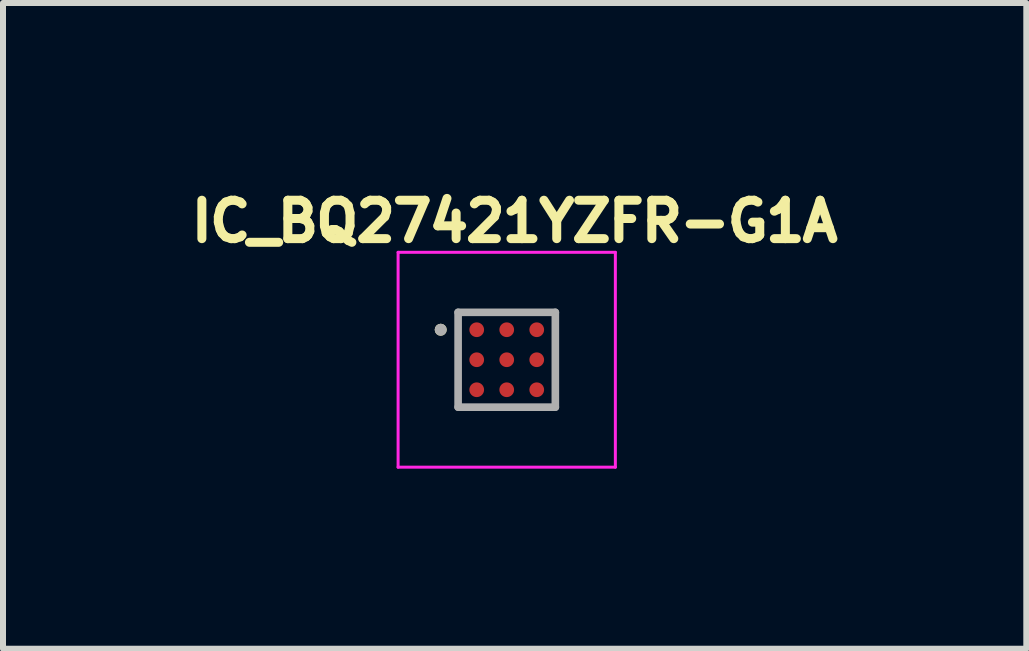
<source format=kicad_pcb>
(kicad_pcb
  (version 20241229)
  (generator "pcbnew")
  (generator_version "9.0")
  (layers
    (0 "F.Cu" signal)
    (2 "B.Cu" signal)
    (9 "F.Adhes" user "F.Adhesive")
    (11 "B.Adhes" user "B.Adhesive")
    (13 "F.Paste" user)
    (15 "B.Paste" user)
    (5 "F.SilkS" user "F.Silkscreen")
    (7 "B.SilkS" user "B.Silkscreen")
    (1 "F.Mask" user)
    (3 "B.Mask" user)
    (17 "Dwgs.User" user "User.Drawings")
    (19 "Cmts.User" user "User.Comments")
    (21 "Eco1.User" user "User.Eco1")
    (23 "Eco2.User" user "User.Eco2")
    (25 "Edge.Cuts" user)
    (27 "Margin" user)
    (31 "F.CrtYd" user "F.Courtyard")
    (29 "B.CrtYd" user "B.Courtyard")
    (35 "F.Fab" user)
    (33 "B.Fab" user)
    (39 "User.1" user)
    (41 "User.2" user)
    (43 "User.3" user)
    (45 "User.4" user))
  (footprint "IC_BQ27421YZFR-G1A"
    (layer "F.Cu")
    (at 5.393 2.944)
    (property "Reference" "IC_BQ27421YZFR-G1A" (at 0.132 -2.306 0) (layer "F.SilkS") (effects (font (size 0.64 0.64) (thickness 0.15))))
    (attr smd)
    (fp_circle (center -0.5 -0.5) (end -0.414 -0.5) (stroke (width 0.172) (type solid)) (fill no) (layer "F.Mask"))
    (fp_circle (center -0.5 0) (end -0.414 0) (stroke (width 0.172) (type solid)) (fill no) (layer "F.Mask"))
    (fp_circle (center -0.5 0.5) (end -0.414 0.5) (stroke (width 0.172) (type solid)) (fill no) (layer "F.Mask"))
    (fp_circle (center 0 -0.5) (end 0.086 -0.5) (stroke (width 0.172) (type solid)) (fill no) (layer "F.Mask"))
    (fp_circle (center 0 0) (end 0.086 0) (stroke (width 0.172) (type solid)) (fill no) (layer "F.Mask"))
    (fp_circle (center 0 0.5) (end 0.086 0.5) (stroke (width 0.172) (type solid)) (fill no) (layer "F.Mask"))
    (fp_circle (center 0.5 -0.5) (end 0.586 -0.5) (stroke (width 0.172) (type solid)) (fill no) (layer "F.Mask"))
    (fp_circle (center 0.5 0) (end 0.586 0) (stroke (width 0.172) (type solid)) (fill no) (layer "F.Mask"))
    (fp_circle (center 0.5 0.5) (end 0.586 0.5) (stroke (width 0.172) (type solid)) (fill no) (layer "F.Mask"))
    (fp_circle (center -1.1 -0.5) (end -1.05 -0.5) (stroke (width 0.1) (type solid)) (fill no) (layer "F.SilkS"))
    (fp_poly (pts (xy -0.625 -0.5) (xy -0.625 -0.575) (xy -0.625 -0.578) (xy -0.625 -0.58) (xy -0.624 -0.583) (xy -0.624 -0.585) (xy -0.623 -0.588) (xy -0.623 -0.59) (xy -0.622 -0.593) (xy -0.621 -0.595) (xy -0.62 -0.598) (xy -0.618 -0.6) (xy -0.617 -0.602) (xy -0.615 -0.604) (xy -0.614 -0.606) (xy -0.612 -0.608) (xy -0.61 -0.61) (xy -0.608 -0.612) (xy -0.606 -0.614) (xy -0.604 -0.615) (xy -0.602 -0.617) (xy -0.6 -0.618) (xy -0.598 -0.62) (xy -0.595 -0.621) (xy -0.593 -0.622) (xy -0.59 -0.623) (xy -0.588 -0.623) (xy -0.585 -0.624) (xy -0.583 -0.624) (xy -0.58 -0.625) (xy -0.578 -0.625) (xy -0.575 -0.625) (xy -0.425 -0.625) (xy -0.422 -0.625) (xy -0.42 -0.625) (xy -0.417 -0.624) (xy -0.415 -0.624) (xy -0.412 -0.623) (xy -0.41 -0.623) (xy -0.407 -0.622) (xy -0.405 -0.621) (xy -0.402 -0.62) (xy -0.4 -0.618) (xy -0.398 -0.617) (xy -0.396 -0.615) (xy -0.394 -0.614) (xy -0.392 -0.612) (xy -0.39 -0.61) (xy -0.388 -0.608) (xy -0.386 -0.606) (xy -0.385 -0.604) (xy -0.383 -0.602) (xy -0.382 -0.6) (xy -0.38 -0.598) (xy -0.379 -0.595) (xy -0.378 -0.593) (xy -0.377 -0.59) (xy -0.377 -0.588) (xy -0.376 -0.585) (xy -0.376 -0.583) (xy -0.375 -0.58) (xy -0.375 -0.578) (xy -0.375 -0.575) (xy -0.375 -0.425) (xy -0.375 -0.422) (xy -0.375 -0.42) (xy -0.376 -0.417) (xy -0.376 -0.415) (xy -0.377 -0.412) (xy -0.377 -0.41) (xy -0.378 -0.407) (xy -0.379 -0.405) (xy -0.38 -0.402) (xy -0.382 -0.4) (xy -0.383 -0.398) (xy -0.385 -0.396) (xy -0.386 -0.394) (xy -0.388 -0.392) (xy -0.39 -0.39) (xy -0.392 -0.388) (xy -0.394 -0.386) (xy -0.396 -0.385) (xy -0.398 -0.383) (xy -0.4 -0.382) (xy -0.402 -0.38) (xy -0.405 -0.379) (xy -0.407 -0.378) (xy -0.41 -0.377) (xy -0.412 -0.377) (xy -0.415 -0.376) (xy -0.417 -0.376) (xy -0.42 -0.375) (xy -0.422 -0.375) (xy -0.425 -0.375) (xy -0.575 -0.375) (xy -0.578 -0.375) (xy -0.58 -0.375) (xy -0.583 -0.376) (xy -0.585 -0.376) (xy -0.588 -0.377) (xy -0.59 -0.377) (xy -0.593 -0.378) (xy -0.595 -0.379) (xy -0.598 -0.38) (xy -0.6 -0.382) (xy -0.602 -0.383) (xy -0.604 -0.385) (xy -0.606 -0.386) (xy -0.608 -0.388) (xy -0.61 -0.39) (xy -0.612 -0.392) (xy -0.614 -0.394) (xy -0.615 -0.396) (xy -0.617 -0.398) (xy -0.618 -0.4) (xy -0.62 -0.402) (xy -0.621 -0.405) (xy -0.622 -0.407) (xy -0.623 -0.41) (xy -0.623 -0.412) (xy -0.624 -0.415) (xy -0.624 -0.417) (xy -0.625 -0.42) (xy -0.625 -0.422) (xy -0.625 -0.425) (xy -0.625 -0.5)) (stroke (width 0.01) (type solid)) (fill yes) (layer "F.Paste"))
    (fp_poly (pts (xy -0.625 0) (xy -0.625 -0.075) (xy -0.625 -0.078) (xy -0.625 -0.08) (xy -0.624 -0.083) (xy -0.624 -0.085) (xy -0.623 -0.088) (xy -0.623 -0.09) (xy -0.622 -0.093) (xy -0.621 -0.095) (xy -0.62 -0.098) (xy -0.618 -0.1) (xy -0.617 -0.102) (xy -0.615 -0.104) (xy -0.614 -0.106) (xy -0.612 -0.108) (xy -0.61 -0.11) (xy -0.608 -0.112) (xy -0.606 -0.114) (xy -0.604 -0.115) (xy -0.602 -0.117) (xy -0.6 -0.118) (xy -0.598 -0.12) (xy -0.595 -0.121) (xy -0.593 -0.122) (xy -0.59 -0.123) (xy -0.588 -0.123) (xy -0.585 -0.124) (xy -0.583 -0.124) (xy -0.58 -0.125) (xy -0.578 -0.125) (xy -0.575 -0.125) (xy -0.425 -0.125) (xy -0.422 -0.125) (xy -0.42 -0.125) (xy -0.417 -0.124) (xy -0.415 -0.124) (xy -0.412 -0.123) (xy -0.41 -0.123) (xy -0.407 -0.122) (xy -0.405 -0.121) (xy -0.402 -0.12) (xy -0.4 -0.118) (xy -0.398 -0.117) (xy -0.396 -0.115) (xy -0.394 -0.114) (xy -0.392 -0.112) (xy -0.39 -0.11) (xy -0.388 -0.108) (xy -0.386 -0.106) (xy -0.385 -0.104) (xy -0.383 -0.102) (xy -0.382 -0.1) (xy -0.38 -0.098) (xy -0.379 -0.095) (xy -0.378 -0.093) (xy -0.377 -0.09) (xy -0.377 -0.088) (xy -0.376 -0.085) (xy -0.376 -0.083) (xy -0.375 -0.08) (xy -0.375 -0.078) (xy -0.375 -0.075) (xy -0.375 0.075) (xy -0.375 0.078) (xy -0.375 0.08) (xy -0.376 0.083) (xy -0.376 0.085) (xy -0.377 0.088) (xy -0.377 0.09) (xy -0.378 0.093) (xy -0.379 0.095) (xy -0.38 0.098) (xy -0.382 0.1) (xy -0.383 0.102) (xy -0.385 0.104) (xy -0.386 0.106) (xy -0.388 0.108) (xy -0.39 0.11) (xy -0.392 0.112) (xy -0.394 0.114) (xy -0.396 0.115) (xy -0.398 0.117) (xy -0.4 0.118) (xy -0.402 0.12) (xy -0.405 0.121) (xy -0.407 0.122) (xy -0.41 0.123) (xy -0.412 0.123) (xy -0.415 0.124) (xy -0.417 0.124) (xy -0.42 0.125) (xy -0.422 0.125) (xy -0.425 0.125) (xy -0.575 0.125) (xy -0.578 0.125) (xy -0.58 0.125) (xy -0.583 0.124) (xy -0.585 0.124) (xy -0.588 0.123) (xy -0.59 0.123) (xy -0.593 0.122) (xy -0.595 0.121) (xy -0.598 0.12) (xy -0.6 0.118) (xy -0.602 0.117) (xy -0.604 0.115) (xy -0.606 0.114) (xy -0.608 0.112) (xy -0.61 0.11) (xy -0.612 0.108) (xy -0.614 0.106) (xy -0.615 0.104) (xy -0.617 0.102) (xy -0.618 0.1) (xy -0.62 0.098) (xy -0.621 0.095) (xy -0.622 0.093) (xy -0.623 0.09) (xy -0.623 0.088) (xy -0.624 0.085) (xy -0.624 0.083) (xy -0.625 0.08) (xy -0.625 0.078) (xy -0.625 0.075) (xy -0.625 0)) (stroke (width 0.01) (type solid)) (fill yes) (layer "F.Paste"))
    (fp_poly (pts (xy -0.625 0.5) (xy -0.625 0.425) (xy -0.625 0.422) (xy -0.625 0.42) (xy -0.624 0.417) (xy -0.624 0.415) (xy -0.623 0.412) (xy -0.623 0.41) (xy -0.622 0.407) (xy -0.621 0.405) (xy -0.62 0.402) (xy -0.618 0.4) (xy -0.617 0.398) (xy -0.615 0.396) (xy -0.614 0.394) (xy -0.612 0.392) (xy -0.61 0.39) (xy -0.608 0.388) (xy -0.606 0.386) (xy -0.604 0.385) (xy -0.602 0.383) (xy -0.6 0.382) (xy -0.598 0.38) (xy -0.595 0.379) (xy -0.593 0.378) (xy -0.59 0.377) (xy -0.588 0.377) (xy -0.585 0.376) (xy -0.583 0.376) (xy -0.58 0.375) (xy -0.578 0.375) (xy -0.575 0.375) (xy -0.425 0.375) (xy -0.422 0.375) (xy -0.42 0.375) (xy -0.417 0.376) (xy -0.415 0.376) (xy -0.412 0.377) (xy -0.41 0.377) (xy -0.407 0.378) (xy -0.405 0.379) (xy -0.402 0.38) (xy -0.4 0.382) (xy -0.398 0.383) (xy -0.396 0.385) (xy -0.394 0.386) (xy -0.392 0.388) (xy -0.39 0.39) (xy -0.388 0.392) (xy -0.386 0.394) (xy -0.385 0.396) (xy -0.383 0.398) (xy -0.382 0.4) (xy -0.38 0.402) (xy -0.379 0.405) (xy -0.378 0.407) (xy -0.377 0.41) (xy -0.377 0.412) (xy -0.376 0.415) (xy -0.376 0.417) (xy -0.375 0.42) (xy -0.375 0.422) (xy -0.375 0.425) (xy -0.375 0.575) (xy -0.375 0.578) (xy -0.375 0.58) (xy -0.376 0.583) (xy -0.376 0.585) (xy -0.377 0.588) (xy -0.377 0.59) (xy -0.378 0.593) (xy -0.379 0.595) (xy -0.38 0.598) (xy -0.382 0.6) (xy -0.383 0.602) (xy -0.385 0.604) (xy -0.386 0.606) (xy -0.388 0.608) (xy -0.39 0.61) (xy -0.392 0.612) (xy -0.394 0.614) (xy -0.396 0.615) (xy -0.398 0.617) (xy -0.4 0.618) (xy -0.402 0.62) (xy -0.405 0.621) (xy -0.407 0.622) (xy -0.41 0.623) (xy -0.412 0.623) (xy -0.415 0.624) (xy -0.417 0.624) (xy -0.42 0.625) (xy -0.422 0.625) (xy -0.425 0.625) (xy -0.575 0.625) (xy -0.578 0.625) (xy -0.58 0.625) (xy -0.583 0.624) (xy -0.585 0.624) (xy -0.588 0.623) (xy -0.59 0.623) (xy -0.593 0.622) (xy -0.595 0.621) (xy -0.598 0.62) (xy -0.6 0.618) (xy -0.602 0.617) (xy -0.604 0.615) (xy -0.606 0.614) (xy -0.608 0.612) (xy -0.61 0.61) (xy -0.612 0.608) (xy -0.614 0.606) (xy -0.615 0.604) (xy -0.617 0.602) (xy -0.618 0.6) (xy -0.62 0.598) (xy -0.621 0.595) (xy -0.622 0.593) (xy -0.623 0.59) (xy -0.623 0.588) (xy -0.624 0.585) (xy -0.624 0.583) (xy -0.625 0.58) (xy -0.625 0.578) (xy -0.625 0.575) (xy -0.625 0.5)) (stroke (width 0.01) (type solid)) (fill yes) (layer "F.Paste"))
    (fp_poly (pts (xy -0.125 -0.5) (xy -0.125 -0.575) (xy -0.125 -0.578) (xy -0.125 -0.58) (xy -0.124 -0.583) (xy -0.124 -0.585) (xy -0.123 -0.588) (xy -0.123 -0.59) (xy -0.122 -0.593) (xy -0.121 -0.595) (xy -0.12 -0.598) (xy -0.118 -0.6) (xy -0.117 -0.602) (xy -0.115 -0.604) (xy -0.114 -0.606) (xy -0.112 -0.608) (xy -0.11 -0.61) (xy -0.108 -0.612) (xy -0.106 -0.614) (xy -0.104 -0.615) (xy -0.102 -0.617) (xy -0.1 -0.618) (xy -0.098 -0.62) (xy -0.095 -0.621) (xy -0.093 -0.622) (xy -0.09 -0.623) (xy -0.088 -0.623) (xy -0.085 -0.624) (xy -0.083 -0.624) (xy -0.08 -0.625) (xy -0.078 -0.625) (xy -0.075 -0.625) (xy 0.075 -0.625) (xy 0.078 -0.625) (xy 0.08 -0.625) (xy 0.083 -0.624) (xy 0.085 -0.624) (xy 0.088 -0.623) (xy 0.09 -0.623) (xy 0.093 -0.622) (xy 0.095 -0.621) (xy 0.098 -0.62) (xy 0.1 -0.618) (xy 0.102 -0.617) (xy 0.104 -0.615) (xy 0.106 -0.614) (xy 0.108 -0.612) (xy 0.11 -0.61) (xy 0.112 -0.608) (xy 0.114 -0.606) (xy 0.115 -0.604) (xy 0.117 -0.602) (xy 0.118 -0.6) (xy 0.12 -0.598) (xy 0.121 -0.595) (xy 0.122 -0.593) (xy 0.123 -0.59) (xy 0.123 -0.588) (xy 0.124 -0.585) (xy 0.124 -0.583) (xy 0.125 -0.58) (xy 0.125 -0.578) (xy 0.125 -0.575) (xy 0.125 -0.425) (xy 0.125 -0.422) (xy 0.125 -0.42) (xy 0.124 -0.417) (xy 0.124 -0.415) (xy 0.123 -0.412) (xy 0.123 -0.41) (xy 0.122 -0.407) (xy 0.121 -0.405) (xy 0.12 -0.402) (xy 0.118 -0.4) (xy 0.117 -0.398) (xy 0.115 -0.396) (xy 0.114 -0.394) (xy 0.112 -0.392) (xy 0.11 -0.39) (xy 0.108 -0.388) (xy 0.106 -0.386) (xy 0.104 -0.385) (xy 0.102 -0.383) (xy 0.1 -0.382) (xy 0.098 -0.38) (xy 0.095 -0.379) (xy 0.093 -0.378) (xy 0.09 -0.377) (xy 0.088 -0.377) (xy 0.085 -0.376) (xy 0.083 -0.376) (xy 0.08 -0.375) (xy 0.078 -0.375) (xy 0.075 -0.375) (xy -0.075 -0.375) (xy -0.078 -0.375) (xy -0.08 -0.375) (xy -0.083 -0.376) (xy -0.085 -0.376) (xy -0.088 -0.377) (xy -0.09 -0.377) (xy -0.093 -0.378) (xy -0.095 -0.379) (xy -0.098 -0.38) (xy -0.1 -0.382) (xy -0.102 -0.383) (xy -0.104 -0.385) (xy -0.106 -0.386) (xy -0.108 -0.388) (xy -0.11 -0.39) (xy -0.112 -0.392) (xy -0.114 -0.394) (xy -0.115 -0.396) (xy -0.117 -0.398) (xy -0.118 -0.4) (xy -0.12 -0.402) (xy -0.121 -0.405) (xy -0.122 -0.407) (xy -0.123 -0.41) (xy -0.123 -0.412) (xy -0.124 -0.415) (xy -0.124 -0.417) (xy -0.125 -0.42) (xy -0.125 -0.422) (xy -0.125 -0.425) (xy -0.125 -0.5)) (stroke (width 0.01) (type solid)) (fill yes) (layer "F.Paste"))
    (fp_poly (pts (xy -0.125 0) (xy -0.125 -0.075) (xy -0.125 -0.078) (xy -0.125 -0.08) (xy -0.124 -0.083) (xy -0.124 -0.085) (xy -0.123 -0.088) (xy -0.123 -0.09) (xy -0.122 -0.093) (xy -0.121 -0.095) (xy -0.12 -0.098) (xy -0.118 -0.1) (xy -0.117 -0.102) (xy -0.115 -0.104) (xy -0.114 -0.106) (xy -0.112 -0.108) (xy -0.11 -0.11) (xy -0.108 -0.112) (xy -0.106 -0.114) (xy -0.104 -0.115) (xy -0.102 -0.117) (xy -0.1 -0.118) (xy -0.098 -0.12) (xy -0.095 -0.121) (xy -0.093 -0.122) (xy -0.09 -0.123) (xy -0.088 -0.123) (xy -0.085 -0.124) (xy -0.083 -0.124) (xy -0.08 -0.125) (xy -0.078 -0.125) (xy -0.075 -0.125) (xy 0.075 -0.125) (xy 0.078 -0.125) (xy 0.08 -0.125) (xy 0.083 -0.124) (xy 0.085 -0.124) (xy 0.088 -0.123) (xy 0.09 -0.123) (xy 0.093 -0.122) (xy 0.095 -0.121) (xy 0.098 -0.12) (xy 0.1 -0.118) (xy 0.102 -0.117) (xy 0.104 -0.115) (xy 0.106 -0.114) (xy 0.108 -0.112) (xy 0.11 -0.11) (xy 0.112 -0.108) (xy 0.114 -0.106) (xy 0.115 -0.104) (xy 0.117 -0.102) (xy 0.118 -0.1) (xy 0.12 -0.098) (xy 0.121 -0.095) (xy 0.122 -0.093) (xy 0.123 -0.09) (xy 0.123 -0.088) (xy 0.124 -0.085) (xy 0.124 -0.083) (xy 0.125 -0.08) (xy 0.125 -0.078) (xy 0.125 -0.075) (xy 0.125 0.075) (xy 0.125 0.078) (xy 0.125 0.08) (xy 0.124 0.083) (xy 0.124 0.085) (xy 0.123 0.088) (xy 0.123 0.09) (xy 0.122 0.093) (xy 0.121 0.095) (xy 0.12 0.098) (xy 0.118 0.1) (xy 0.117 0.102) (xy 0.115 0.104) (xy 0.114 0.106) (xy 0.112 0.108) (xy 0.11 0.11) (xy 0.108 0.112) (xy 0.106 0.114) (xy 0.104 0.115) (xy 0.102 0.117) (xy 0.1 0.118) (xy 0.098 0.12) (xy 0.095 0.121) (xy 0.093 0.122) (xy 0.09 0.123) (xy 0.088 0.123) (xy 0.085 0.124) (xy 0.083 0.124) (xy 0.08 0.125) (xy 0.078 0.125) (xy 0.075 0.125) (xy -0.075 0.125) (xy -0.078 0.125) (xy -0.08 0.125) (xy -0.083 0.124) (xy -0.085 0.124) (xy -0.088 0.123) (xy -0.09 0.123) (xy -0.093 0.122) (xy -0.095 0.121) (xy -0.098 0.12) (xy -0.1 0.118) (xy -0.102 0.117) (xy -0.104 0.115) (xy -0.106 0.114) (xy -0.108 0.112) (xy -0.11 0.11) (xy -0.112 0.108) (xy -0.114 0.106) (xy -0.115 0.104) (xy -0.117 0.102) (xy -0.118 0.1) (xy -0.12 0.098) (xy -0.121 0.095) (xy -0.122 0.093) (xy -0.123 0.09) (xy -0.123 0.088) (xy -0.124 0.085) (xy -0.124 0.083) (xy -0.125 0.08) (xy -0.125 0.078) (xy -0.125 0.075) (xy -0.125 0)) (stroke (width 0.01) (type solid)) (fill yes) (layer "F.Paste"))
    (fp_poly (pts (xy -0.125 0.5) (xy -0.125 0.425) (xy -0.125 0.422) (xy -0.125 0.42) (xy -0.124 0.417) (xy -0.124 0.415) (xy -0.123 0.412) (xy -0.123 0.41) (xy -0.122 0.407) (xy -0.121 0.405) (xy -0.12 0.402) (xy -0.118 0.4) (xy -0.117 0.398) (xy -0.115 0.396) (xy -0.114 0.394) (xy -0.112 0.392) (xy -0.11 0.39) (xy -0.108 0.388) (xy -0.106 0.386) (xy -0.104 0.385) (xy -0.102 0.383) (xy -0.1 0.382) (xy -0.098 0.38) (xy -0.095 0.379) (xy -0.093 0.378) (xy -0.09 0.377) (xy -0.088 0.377) (xy -0.085 0.376) (xy -0.083 0.376) (xy -0.08 0.375) (xy -0.078 0.375) (xy -0.075 0.375) (xy 0.075 0.375) (xy 0.078 0.375) (xy 0.08 0.375) (xy 0.083 0.376) (xy 0.085 0.376) (xy 0.088 0.377) (xy 0.09 0.377) (xy 0.093 0.378) (xy 0.095 0.379) (xy 0.098 0.38) (xy 0.1 0.382) (xy 0.102 0.383) (xy 0.104 0.385) (xy 0.106 0.386) (xy 0.108 0.388) (xy 0.11 0.39) (xy 0.112 0.392) (xy 0.114 0.394) (xy 0.115 0.396) (xy 0.117 0.398) (xy 0.118 0.4) (xy 0.12 0.402) (xy 0.121 0.405) (xy 0.122 0.407) (xy 0.123 0.41) (xy 0.123 0.412) (xy 0.124 0.415) (xy 0.124 0.417) (xy 0.125 0.42) (xy 0.125 0.422) (xy 0.125 0.425) (xy 0.125 0.575) (xy 0.125 0.578) (xy 0.125 0.58) (xy 0.124 0.583) (xy 0.124 0.585) (xy 0.123 0.588) (xy 0.123 0.59) (xy 0.122 0.593) (xy 0.121 0.595) (xy 0.12 0.598) (xy 0.118 0.6) (xy 0.117 0.602) (xy 0.115 0.604) (xy 0.114 0.606) (xy 0.112 0.608) (xy 0.11 0.61) (xy 0.108 0.612) (xy 0.106 0.614) (xy 0.104 0.615) (xy 0.102 0.617) (xy 0.1 0.618) (xy 0.098 0.62) (xy 0.095 0.621) (xy 0.093 0.622) (xy 0.09 0.623) (xy 0.088 0.623) (xy 0.085 0.624) (xy 0.083 0.624) (xy 0.08 0.625) (xy 0.078 0.625) (xy 0.075 0.625) (xy -0.075 0.625) (xy -0.078 0.625) (xy -0.08 0.625) (xy -0.083 0.624) (xy -0.085 0.624) (xy -0.088 0.623) (xy -0.09 0.623) (xy -0.093 0.622) (xy -0.095 0.621) (xy -0.098 0.62) (xy -0.1 0.618) (xy -0.102 0.617) (xy -0.104 0.615) (xy -0.106 0.614) (xy -0.108 0.612) (xy -0.11 0.61) (xy -0.112 0.608) (xy -0.114 0.606) (xy -0.115 0.604) (xy -0.117 0.602) (xy -0.118 0.6) (xy -0.12 0.598) (xy -0.121 0.595) (xy -0.122 0.593) (xy -0.123 0.59) (xy -0.123 0.588) (xy -0.124 0.585) (xy -0.124 0.583) (xy -0.125 0.58) (xy -0.125 0.578) (xy -0.125 0.575) (xy -0.125 0.5)) (stroke (width 0.01) (type solid)) (fill yes) (layer "F.Paste"))
    (fp_poly (pts (xy 0.375 -0.5) (xy 0.375 -0.575) (xy 0.375 -0.578) (xy 0.375 -0.58) (xy 0.376 -0.583) (xy 0.376 -0.585) (xy 0.377 -0.588) (xy 0.377 -0.59) (xy 0.378 -0.593) (xy 0.379 -0.595) (xy 0.38 -0.598) (xy 0.382 -0.6) (xy 0.383 -0.602) (xy 0.385 -0.604) (xy 0.386 -0.606) (xy 0.388 -0.608) (xy 0.39 -0.61) (xy 0.392 -0.612) (xy 0.394 -0.614) (xy 0.396 -0.615) (xy 0.398 -0.617) (xy 0.4 -0.618) (xy 0.402 -0.62) (xy 0.405 -0.621) (xy 0.407 -0.622) (xy 0.41 -0.623) (xy 0.412 -0.623) (xy 0.415 -0.624) (xy 0.417 -0.624) (xy 0.42 -0.625) (xy 0.422 -0.625) (xy 0.425 -0.625) (xy 0.575 -0.625) (xy 0.578 -0.625) (xy 0.58 -0.625) (xy 0.583 -0.624) (xy 0.585 -0.624) (xy 0.588 -0.623) (xy 0.59 -0.623) (xy 0.593 -0.622) (xy 0.595 -0.621) (xy 0.598 -0.62) (xy 0.6 -0.618) (xy 0.602 -0.617) (xy 0.604 -0.615) (xy 0.606 -0.614) (xy 0.608 -0.612) (xy 0.61 -0.61) (xy 0.612 -0.608) (xy 0.614 -0.606) (xy 0.615 -0.604) (xy 0.617 -0.602) (xy 0.618 -0.6) (xy 0.62 -0.598) (xy 0.621 -0.595) (xy 0.622 -0.593) (xy 0.623 -0.59) (xy 0.623 -0.588) (xy 0.624 -0.585) (xy 0.624 -0.583) (xy 0.625 -0.58) (xy 0.625 -0.578) (xy 0.625 -0.575) (xy 0.625 -0.425) (xy 0.625 -0.422) (xy 0.625 -0.42) (xy 0.624 -0.417) (xy 0.624 -0.415) (xy 0.623 -0.412) (xy 0.623 -0.41) (xy 0.622 -0.407) (xy 0.621 -0.405) (xy 0.62 -0.402) (xy 0.618 -0.4) (xy 0.617 -0.398) (xy 0.615 -0.396) (xy 0.614 -0.394) (xy 0.612 -0.392) (xy 0.61 -0.39) (xy 0.608 -0.388) (xy 0.606 -0.386) (xy 0.604 -0.385) (xy 0.602 -0.383) (xy 0.6 -0.382) (xy 0.598 -0.38) (xy 0.595 -0.379) (xy 0.593 -0.378) (xy 0.59 -0.377) (xy 0.588 -0.377) (xy 0.585 -0.376) (xy 0.583 -0.376) (xy 0.58 -0.375) (xy 0.578 -0.375) (xy 0.575 -0.375) (xy 0.425 -0.375) (xy 0.422 -0.375) (xy 0.42 -0.375) (xy 0.417 -0.376) (xy 0.415 -0.376) (xy 0.412 -0.377) (xy 0.41 -0.377) (xy 0.407 -0.378) (xy 0.405 -0.379) (xy 0.402 -0.38) (xy 0.4 -0.382) (xy 0.398 -0.383) (xy 0.396 -0.385) (xy 0.394 -0.386) (xy 0.392 -0.388) (xy 0.39 -0.39) (xy 0.388 -0.392) (xy 0.386 -0.394) (xy 0.385 -0.396) (xy 0.383 -0.398) (xy 0.382 -0.4) (xy 0.38 -0.402) (xy 0.379 -0.405) (xy 0.378 -0.407) (xy 0.377 -0.41) (xy 0.377 -0.412) (xy 0.376 -0.415) (xy 0.376 -0.417) (xy 0.375 -0.42) (xy 0.375 -0.422) (xy 0.375 -0.425) (xy 0.375 -0.5)) (stroke (width 0.01) (type solid)) (fill yes) (layer "F.Paste"))
    (fp_poly (pts (xy 0.375 0) (xy 0.375 -0.075) (xy 0.375 -0.078) (xy 0.375 -0.08) (xy 0.376 -0.083) (xy 0.376 -0.085) (xy 0.377 -0.088) (xy 0.377 -0.09) (xy 0.378 -0.093) (xy 0.379 -0.095) (xy 0.38 -0.098) (xy 0.382 -0.1) (xy 0.383 -0.102) (xy 0.385 -0.104) (xy 0.386 -0.106) (xy 0.388 -0.108) (xy 0.39 -0.11) (xy 0.392 -0.112) (xy 0.394 -0.114) (xy 0.396 -0.115) (xy 0.398 -0.117) (xy 0.4 -0.118) (xy 0.402 -0.12) (xy 0.405 -0.121) (xy 0.407 -0.122) (xy 0.41 -0.123) (xy 0.412 -0.123) (xy 0.415 -0.124) (xy 0.417 -0.124) (xy 0.42 -0.125) (xy 0.422 -0.125) (xy 0.425 -0.125) (xy 0.575 -0.125) (xy 0.578 -0.125) (xy 0.58 -0.125) (xy 0.583 -0.124) (xy 0.585 -0.124) (xy 0.588 -0.123) (xy 0.59 -0.123) (xy 0.593 -0.122) (xy 0.595 -0.121) (xy 0.598 -0.12) (xy 0.6 -0.118) (xy 0.602 -0.117) (xy 0.604 -0.115) (xy 0.606 -0.114) (xy 0.608 -0.112) (xy 0.61 -0.11) (xy 0.612 -0.108) (xy 0.614 -0.106) (xy 0.615 -0.104) (xy 0.617 -0.102) (xy 0.618 -0.1) (xy 0.62 -0.098) (xy 0.621 -0.095) (xy 0.622 -0.093) (xy 0.623 -0.09) (xy 0.623 -0.088) (xy 0.624 -0.085) (xy 0.624 -0.083) (xy 0.625 -0.08) (xy 0.625 -0.078) (xy 0.625 -0.075) (xy 0.625 0.075) (xy 0.625 0.078) (xy 0.625 0.08) (xy 0.624 0.083) (xy 0.624 0.085) (xy 0.623 0.088) (xy 0.623 0.09) (xy 0.622 0.093) (xy 0.621 0.095) (xy 0.62 0.098) (xy 0.618 0.1) (xy 0.617 0.102) (xy 0.615 0.104) (xy 0.614 0.106) (xy 0.612 0.108) (xy 0.61 0.11) (xy 0.608 0.112) (xy 0.606 0.114) (xy 0.604 0.115) (xy 0.602 0.117) (xy 0.6 0.118) (xy 0.598 0.12) (xy 0.595 0.121) (xy 0.593 0.122) (xy 0.59 0.123) (xy 0.588 0.123) (xy 0.585 0.124) (xy 0.583 0.124) (xy 0.58 0.125) (xy 0.578 0.125) (xy 0.575 0.125) (xy 0.425 0.125) (xy 0.422 0.125) (xy 0.42 0.125) (xy 0.417 0.124) (xy 0.415 0.124) (xy 0.412 0.123) (xy 0.41 0.123) (xy 0.407 0.122) (xy 0.405 0.121) (xy 0.402 0.12) (xy 0.4 0.118) (xy 0.398 0.117) (xy 0.396 0.115) (xy 0.394 0.114) (xy 0.392 0.112) (xy 0.39 0.11) (xy 0.388 0.108) (xy 0.386 0.106) (xy 0.385 0.104) (xy 0.383 0.102) (xy 0.382 0.1) (xy 0.38 0.098) (xy 0.379 0.095) (xy 0.378 0.093) (xy 0.377 0.09) (xy 0.377 0.088) (xy 0.376 0.085) (xy 0.376 0.083) (xy 0.375 0.08) (xy 0.375 0.078) (xy 0.375 0.075) (xy 0.375 0)) (stroke (width 0.01) (type solid)) (fill yes) (layer "F.Paste"))
    (fp_poly (pts (xy 0.375 0.5) (xy 0.375 0.425) (xy 0.375 0.422) (xy 0.375 0.42) (xy 0.376 0.417) (xy 0.376 0.415) (xy 0.377 0.412) (xy 0.377 0.41) (xy 0.378 0.407) (xy 0.379 0.405) (xy 0.38 0.402) (xy 0.382 0.4) (xy 0.383 0.398) (xy 0.385 0.396) (xy 0.386 0.394) (xy 0.388 0.392) (xy 0.39 0.39) (xy 0.392 0.388) (xy 0.394 0.386) (xy 0.396 0.385) (xy 0.398 0.383) (xy 0.4 0.382) (xy 0.402 0.38) (xy 0.405 0.379) (xy 0.407 0.378) (xy 0.41 0.377) (xy 0.412 0.377) (xy 0.415 0.376) (xy 0.417 0.376) (xy 0.42 0.375) (xy 0.422 0.375) (xy 0.425 0.375) (xy 0.575 0.375) (xy 0.578 0.375) (xy 0.58 0.375) (xy 0.583 0.376) (xy 0.585 0.376) (xy 0.588 0.377) (xy 0.59 0.377) (xy 0.593 0.378) (xy 0.595 0.379) (xy 0.598 0.38) (xy 0.6 0.382) (xy 0.602 0.383) (xy 0.604 0.385) (xy 0.606 0.386) (xy 0.608 0.388) (xy 0.61 0.39) (xy 0.612 0.392) (xy 0.614 0.394) (xy 0.615 0.396) (xy 0.617 0.398) (xy 0.618 0.4) (xy 0.62 0.402) (xy 0.621 0.405) (xy 0.622 0.407) (xy 0.623 0.41) (xy 0.623 0.412) (xy 0.624 0.415) (xy 0.624 0.417) (xy 0.625 0.42) (xy 0.625 0.422) (xy 0.625 0.425) (xy 0.625 0.575) (xy 0.625 0.578) (xy 0.625 0.58) (xy 0.624 0.583) (xy 0.624 0.585) (xy 0.623 0.588) (xy 0.623 0.59) (xy 0.622 0.593) (xy 0.621 0.595) (xy 0.62 0.598) (xy 0.618 0.6) (xy 0.617 0.602) (xy 0.615 0.604) (xy 0.614 0.606) (xy 0.612 0.608) (xy 0.61 0.61) (xy 0.608 0.612) (xy 0.606 0.614) (xy 0.604 0.615) (xy 0.602 0.617) (xy 0.6 0.618) (xy 0.598 0.62) (xy 0.595 0.621) (xy 0.593 0.622) (xy 0.59 0.623) (xy 0.588 0.623) (xy 0.585 0.624) (xy 0.583 0.624) (xy 0.58 0.625) (xy 0.578 0.625) (xy 0.575 0.625) (xy 0.425 0.625) (xy 0.422 0.625) (xy 0.42 0.625) (xy 0.417 0.624) (xy 0.415 0.624) (xy 0.412 0.623) (xy 0.41 0.623) (xy 0.407 0.622) (xy 0.405 0.621) (xy 0.402 0.62) (xy 0.4 0.618) (xy 0.398 0.617) (xy 0.396 0.615) (xy 0.394 0.614) (xy 0.392 0.612) (xy 0.39 0.61) (xy 0.388 0.608) (xy 0.386 0.606) (xy 0.385 0.604) (xy 0.383 0.602) (xy 0.382 0.6) (xy 0.38 0.598) (xy 0.379 0.595) (xy 0.378 0.593) (xy 0.377 0.59) (xy 0.377 0.588) (xy 0.376 0.585) (xy 0.376 0.583) (xy 0.375 0.58) (xy 0.375 0.578) (xy 0.375 0.575) (xy 0.375 0.5)) (stroke (width 0.01) (type solid)) (fill yes) (layer "F.Paste"))
    (fp_line (start -1.81 -1.79) (end -1.81 1.79) (stroke (width 0.05) (type solid)) (layer "F.CrtYd"))
    (fp_line (start -1.81 1.79) (end 1.81 1.79) (stroke (width 0.05) (type solid)) (layer "F.CrtYd"))
    (fp_line (start 1.81 -1.79) (end -1.81 -1.79) (stroke (width 0.05) (type solid)) (layer "F.CrtYd"))
    (fp_line (start 1.81 1.79) (end 1.81 -1.79) (stroke (width 0.05) (type solid)) (layer "F.CrtYd"))
    (fp_line (start -0.81 -0.79) (end 0.81 -0.79) (stroke (width 0.127) (type solid)) (layer "F.Fab"))
    (fp_line (start -0.81 0.79) (end -0.81 -0.79) (stroke (width 0.127) (type solid)) (layer "F.Fab"))
    (fp_line (start 0.81 -0.79) (end 0.81 0.79) (stroke (width 0.127) (type solid)) (layer "F.Fab"))
    (fp_line (start 0.81 0.79) (end -0.81 0.79) (stroke (width 0.127) (type solid)) (layer "F.Fab"))
    (fp_circle (center -1.1 -0.5) (end -1.05 -0.5) (stroke (width 0.1) (type solid)) (fill no) (layer "F.Fab"))
    (pad "A1" smd circle (at -0.5 -0.5) (size 0.245 0.245) (layers "F.Cu"))
    (pad "A2" smd circle (at 0 -0.5) (size 0.245 0.245) (layers "F.Cu"))
    (pad "A3" smd circle (at 0.5 -0.5) (size 0.245 0.245) (layers "F.Cu"))
    (pad "B1" smd circle (at -0.5 0) (size 0.245 0.245) (layers "F.Cu"))
    (pad "B2" smd circle (at 0 0) (size 0.245 0.245) (layers "F.Cu"))
    (pad "B3" smd circle (at 0.5 0) (size 0.245 0.245) (layers "F.Cu"))
    (pad "C1" smd circle (at -0.5 0.5) (size 0.245 0.245) (layers "F.Cu"))
    (pad "C2" smd circle (at 0 0.5) (size 0.245 0.245) (layers "F.Cu"))
    (pad "C3" smd circle (at 0.5 0.5) (size 0.245 0.245) (layers "F.Cu")))
  (gr_rect
    (start -3 -3)
    (end 14.05 7.759)
    (stroke (width 0.1) (type default))
    (fill no)
    (layer "Edge.Cuts")))
</source>
